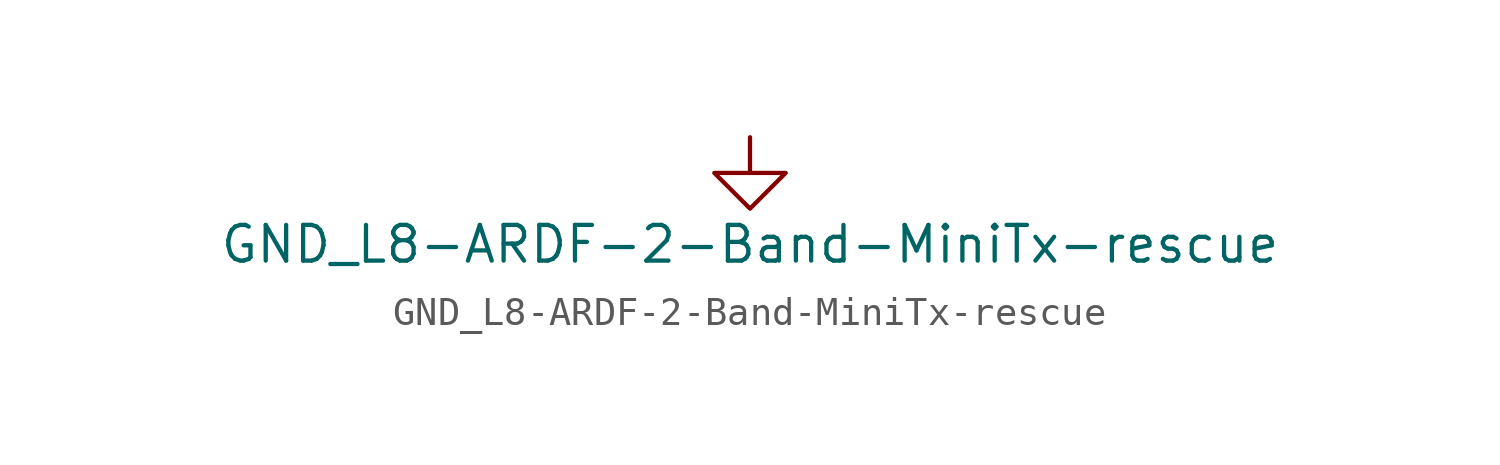
<source format=kicad_sym>
(kicad_symbol_lib
  (version 20211014)
  (generator kicad_symbol_editor)
  (symbol "GND_L8-ARDF-2-Band-MiniTx-rescue"
    (power)
    (pin_names
      (offset 0))
    (property "Reference" "#PWR"
      (at 0 -6.35 0)
      (effects (font (size 1.27 1.27)) hide))
    (property "Value" "GND_L8-ARDF-2-Band-MiniTx-rescue"
      (at 0 -3.81 0)
      (effects (font (size 1.27 1.27))))
    (property "Footprint" ""
      (at 0 0 0)
      (effects (font (size 1.27 1.27))))
    (property "Datasheet" ""
      (at 0 0 0)
      (effects (font (size 1.27 1.27))))
    (symbol "GND_L8-ARDF-2-Band-MiniTx-rescue_0_1"
      (polyline (pts (xy 0 0) (xy 0 -1.27) (xy 1.27 -1.27) (xy 0 -2.54) (xy -1.27 -1.27) (xy 0 -1.27)) (stroke (width 0) (type default) (color 0 0 0 0)) (fill (type none))))
    (symbol "GND_L8-ARDF-2-Band-MiniTx-rescue_1_1"
      (pin power_in line (at 0 0 270) (length 0) hide (name "GND_L8" (effects (font (size 1.27 1.27)))) (number "1" (effects (font (size 1.27 1.27))))))))
</source>
